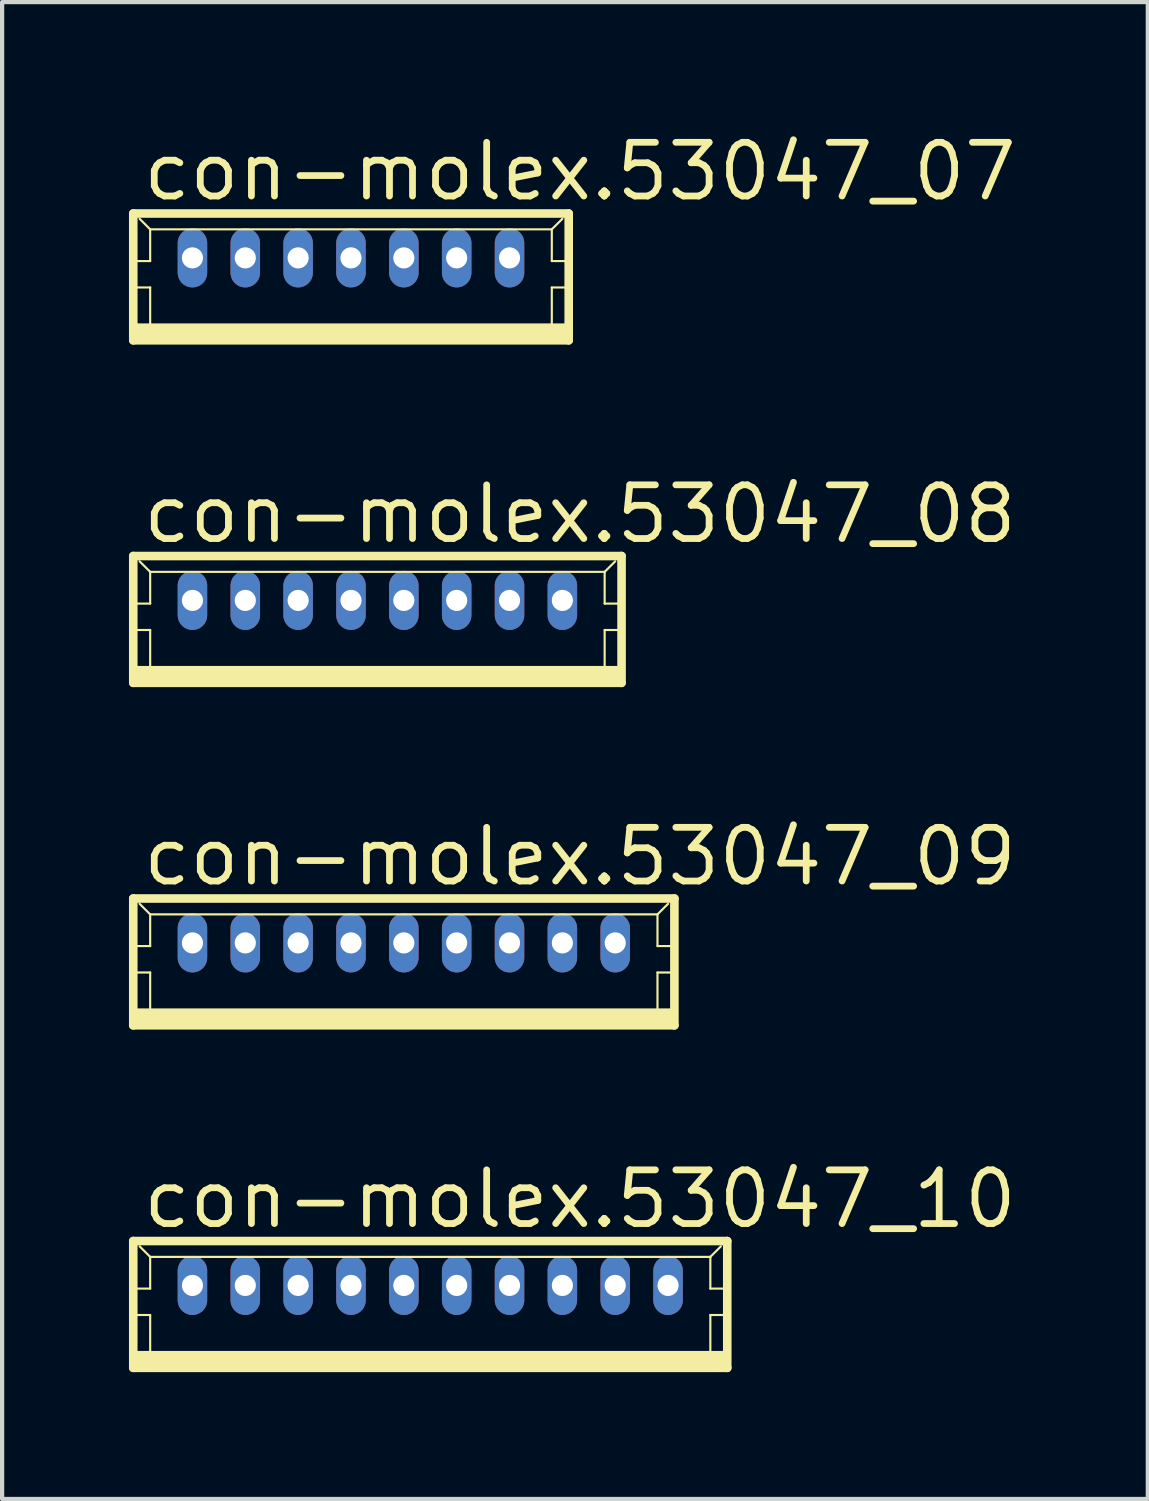
<source format=kicad_pcb>
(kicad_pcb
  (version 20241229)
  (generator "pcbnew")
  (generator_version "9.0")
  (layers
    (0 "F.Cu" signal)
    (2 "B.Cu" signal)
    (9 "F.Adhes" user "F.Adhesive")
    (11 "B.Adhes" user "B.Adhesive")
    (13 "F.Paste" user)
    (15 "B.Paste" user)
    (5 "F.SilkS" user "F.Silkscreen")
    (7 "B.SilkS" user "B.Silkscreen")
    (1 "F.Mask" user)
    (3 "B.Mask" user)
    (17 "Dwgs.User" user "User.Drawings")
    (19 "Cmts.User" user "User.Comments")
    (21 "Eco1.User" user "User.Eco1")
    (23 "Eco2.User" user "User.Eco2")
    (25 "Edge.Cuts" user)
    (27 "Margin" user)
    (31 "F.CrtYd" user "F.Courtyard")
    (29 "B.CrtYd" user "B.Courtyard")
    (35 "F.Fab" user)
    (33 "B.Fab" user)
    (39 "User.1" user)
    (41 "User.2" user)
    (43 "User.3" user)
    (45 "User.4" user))
  (footprint "con-molex.53047_10"
    (layer "F.Cu")
    (at 7.127 27.805)
    (property "Reference" "con-molex.53047_10" (at -6.875 -1.75 0) (layer "F.SilkS") (effects (font (size 1.27 1.27) (thickness 0.16)) (justify left bottom)))
    (attr through_hole)
    (fp_line (start -7.025 -1.5) (end -7.025 1.5) (stroke (width 0.203) (type default)) (layer "F.SilkS"))
    (fp_line (start -7.025 1.5) (end 7.025 1.5) (stroke (width 0.203) (type default)) (layer "F.SilkS"))
    (fp_line (start -7 -0.375) (end -6.625 -0.375) (stroke (width 0.051) (type default)) (layer "F.SilkS"))
    (fp_line (start -7 0.25) (end -6.625 0.25) (stroke (width 0.051) (type default)) (layer "F.SilkS"))
    (fp_line (start -6.625 -1.125) (end -6.875 -1.375) (stroke (width 0.051) (type default)) (layer "F.SilkS"))
    (fp_line (start -6.625 -1.125) (end 6.625 -1.125) (stroke (width 0.051) (type default)) (layer "F.SilkS"))
    (fp_line (start -6.625 -0.375) (end -6.625 -1.125) (stroke (width 0.051) (type default)) (layer "F.SilkS"))
    (fp_line (start -6.625 0.25) (end -6.625 1.25) (stroke (width 0.051) (type default)) (layer "F.SilkS"))
    (fp_line (start 6.625 -1.125) (end 6.625 -0.375) (stroke (width 0.051) (type default)) (layer "F.SilkS"))
    (fp_line (start 6.625 -1.125) (end 6.875 -1.375) (stroke (width 0.051) (type default)) (layer "F.SilkS"))
    (fp_line (start 6.625 -0.375) (end 7 -0.375) (stroke (width 0.051) (type default)) (layer "F.SilkS"))
    (fp_line (start 6.625 0.25) (end 6.625 1.25) (stroke (width 0.051) (type default)) (layer "F.SilkS"))
    (fp_line (start 6.625 0.25) (end 7 0.25) (stroke (width 0.051) (type default)) (layer "F.SilkS"))
    (fp_line (start 7.025 -1.5) (end -7.025 -1.5) (stroke (width 0.203) (type default)) (layer "F.SilkS"))
    (fp_line (start 7.025 1.5) (end 7.025 -1.5) (stroke (width 0.203) (type default)) (layer "F.SilkS"))
    (fp_rect (start -7 1.5) (end 7 1.125) (stroke (width 0.05) (type default)) (fill yes) (layer "F.SilkS"))
    (pad "1" thru_hole oval (at 5.625 -0.45 90) (size 1.397 0.698) (drill 0.5) (layers "*.Cu" "*.Mask"))
    (pad "2" thru_hole oval (at 4.375 -0.45 90) (size 1.397 0.698) (drill 0.5) (layers "*.Cu" "*.Mask"))
    (pad "3" thru_hole oval (at 3.125 -0.45 90) (size 1.397 0.698) (drill 0.5) (layers "*.Cu" "*.Mask"))
    (pad "4" thru_hole oval (at 1.875 -0.45 90) (size 1.397 0.698) (drill 0.5) (layers "*.Cu" "*.Mask"))
    (pad "5" thru_hole oval (at 0.625 -0.45 90) (size 1.397 0.698) (drill 0.5) (layers "*.Cu" "*.Mask"))
    (pad "6" thru_hole oval (at -0.625 -0.45 90) (size 1.397 0.698) (drill 0.5) (layers "*.Cu" "*.Mask"))
    (pad "7" thru_hole oval (at -1.875 -0.45 90) (size 1.397 0.698) (drill 0.5) (layers "*.Cu" "*.Mask"))
    (pad "8" thru_hole oval (at -3.125 -0.45 90) (size 1.397 0.698) (drill 0.5) (layers "*.Cu" "*.Mask"))
    (pad "9" thru_hole oval (at -4.375 -0.45 90) (size 1.397 0.698) (drill 0.5) (layers "*.Cu" "*.Mask"))
    (pad "10" thru_hole oval (at -5.625 -0.45 90) (size 1.397 0.698) (drill 0.5) (layers "*.Cu" "*.Mask")))
  (footprint "con-molex.53047_07"
    (layer "F.Cu")
    (at 5.252 3.5)
    (property "Reference" "con-molex.53047_07" (at -5 -1.75 0) (layer "F.SilkS") (effects (font (size 1.27 1.27) (thickness 0.16)) (justify left bottom)))
    (attr through_hole)
    (fp_line (start -5.15 -1.5) (end -5.15 1.5) (stroke (width 0.203) (type default)) (layer "F.SilkS"))
    (fp_line (start -5.15 1.5) (end 5.15 1.5) (stroke (width 0.203) (type default)) (layer "F.SilkS"))
    (fp_line (start -5.125 -0.375) (end -4.75 -0.375) (stroke (width 0.051) (type default)) (layer "F.SilkS"))
    (fp_line (start -5.125 0.25) (end -4.75 0.25) (stroke (width 0.051) (type default)) (layer "F.SilkS"))
    (fp_line (start -4.75 -1.125) (end -5 -1.375) (stroke (width 0.051) (type default)) (layer "F.SilkS"))
    (fp_line (start -4.75 -1.125) (end 4.75 -1.125) (stroke (width 0.051) (type default)) (layer "F.SilkS"))
    (fp_line (start -4.75 -0.375) (end -4.75 -1.125) (stroke (width 0.051) (type default)) (layer "F.SilkS"))
    (fp_line (start -4.75 0.25) (end -4.75 1.25) (stroke (width 0.051) (type default)) (layer "F.SilkS"))
    (fp_line (start 4.75 -1.125) (end 4.75 -0.375) (stroke (width 0.051) (type default)) (layer "F.SilkS"))
    (fp_line (start 4.75 -1.125) (end 5 -1.375) (stroke (width 0.051) (type default)) (layer "F.SilkS"))
    (fp_line (start 4.75 -0.375) (end 5.125 -0.375) (stroke (width 0.051) (type default)) (layer "F.SilkS"))
    (fp_line (start 4.75 0.25) (end 4.75 1.25) (stroke (width 0.051) (type default)) (layer "F.SilkS"))
    (fp_line (start 4.75 0.25) (end 5.125 0.25) (stroke (width 0.051) (type default)) (layer "F.SilkS"))
    (fp_line (start 5.15 -1.5) (end -5.15 -1.5) (stroke (width 0.203) (type default)) (layer "F.SilkS"))
    (fp_line (start 5.15 1.5) (end 5.15 -1.5) (stroke (width 0.203) (type default)) (layer "F.SilkS"))
    (fp_rect (start -5.125 1.5) (end 5.125 1.125) (stroke (width 0.05) (type default)) (fill yes) (layer "F.SilkS"))
    (pad "1" thru_hole oval (at 3.75 -0.45 90) (size 1.397 0.698) (drill 0.5) (layers "*.Cu" "*.Mask"))
    (pad "2" thru_hole oval (at 2.5 -0.45 90) (size 1.397 0.698) (drill 0.5) (layers "*.Cu" "*.Mask"))
    (pad "3" thru_hole oval (at 1.25 -0.45 90) (size 1.397 0.698) (drill 0.5) (layers "*.Cu" "*.Mask"))
    (pad "4" thru_hole oval (at 0 -0.45 90) (size 1.397 0.698) (drill 0.5) (layers "*.Cu" "*.Mask"))
    (pad "5" thru_hole oval (at -1.25 -0.45 90) (size 1.397 0.698) (drill 0.5) (layers "*.Cu" "*.Mask"))
    (pad "6" thru_hole oval (at -2.5 -0.45 90) (size 1.397 0.698) (drill 0.5) (layers "*.Cu" "*.Mask"))
    (pad "7" thru_hole oval (at -3.75 -0.45 90) (size 1.397 0.698) (drill 0.5) (layers "*.Cu" "*.Mask")))
  (footprint "con-molex.53047_09"
    (layer "F.Cu")
    (at 6.502 19.703)
    (property "Reference" "con-molex.53047_09" (at -6.25 -1.75 0) (layer "F.SilkS") (effects (font (size 1.27 1.27) (thickness 0.16)) (justify left bottom)))
    (attr through_hole)
    (fp_line (start -6.4 -1.5) (end -6.4 1.5) (stroke (width 0.203) (type default)) (layer "F.SilkS"))
    (fp_line (start -6.4 1.5) (end 6.4 1.5) (stroke (width 0.203) (type default)) (layer "F.SilkS"))
    (fp_line (start -6.375 -0.375) (end -6 -0.375) (stroke (width 0.051) (type default)) (layer "F.SilkS"))
    (fp_line (start -6.375 0.25) (end -6 0.25) (stroke (width 0.051) (type default)) (layer "F.SilkS"))
    (fp_line (start -6 -1.125) (end -6.25 -1.375) (stroke (width 0.051) (type default)) (layer "F.SilkS"))
    (fp_line (start -6 -1.125) (end 6 -1.125) (stroke (width 0.051) (type default)) (layer "F.SilkS"))
    (fp_line (start -6 -0.375) (end -6 -1.125) (stroke (width 0.051) (type default)) (layer "F.SilkS"))
    (fp_line (start -6 0.25) (end -6 1.25) (stroke (width 0.051) (type default)) (layer "F.SilkS"))
    (fp_line (start 6 -1.125) (end 6 -0.375) (stroke (width 0.051) (type default)) (layer "F.SilkS"))
    (fp_line (start 6 -1.125) (end 6.25 -1.375) (stroke (width 0.051) (type default)) (layer "F.SilkS"))
    (fp_line (start 6 -0.375) (end 6.375 -0.375) (stroke (width 0.051) (type default)) (layer "F.SilkS"))
    (fp_line (start 6 0.25) (end 6 1.25) (stroke (width 0.051) (type default)) (layer "F.SilkS"))
    (fp_line (start 6 0.25) (end 6.375 0.25) (stroke (width 0.051) (type default)) (layer "F.SilkS"))
    (fp_line (start 6.4 -1.5) (end -6.4 -1.5) (stroke (width 0.203) (type default)) (layer "F.SilkS"))
    (fp_line (start 6.4 1.5) (end 6.4 -1.5) (stroke (width 0.203) (type default)) (layer "F.SilkS"))
    (fp_rect (start -6.375 1.5) (end 6.375 1.125) (stroke (width 0.05) (type default)) (fill yes) (layer "F.SilkS"))
    (pad "1" thru_hole oval (at 5 -0.45 90) (size 1.397 0.698) (drill 0.5) (layers "*.Cu" "*.Mask"))
    (pad "2" thru_hole oval (at 3.75 -0.45 90) (size 1.397 0.698) (drill 0.5) (layers "*.Cu" "*.Mask"))
    (pad "3" thru_hole oval (at 2.5 -0.45 90) (size 1.397 0.698) (drill 0.5) (layers "*.Cu" "*.Mask"))
    (pad "4" thru_hole oval (at 1.25 -0.45 90) (size 1.397 0.698) (drill 0.5) (layers "*.Cu" "*.Mask"))
    (pad "5" thru_hole oval (at 0 -0.45 90) (size 1.397 0.698) (drill 0.5) (layers "*.Cu" "*.Mask"))
    (pad "6" thru_hole oval (at -1.25 -0.45 90) (size 1.397 0.698) (drill 0.5) (layers "*.Cu" "*.Mask"))
    (pad "7" thru_hole oval (at -2.5 -0.45 90) (size 1.397 0.698) (drill 0.5) (layers "*.Cu" "*.Mask"))
    (pad "8" thru_hole oval (at -3.75 -0.45 90) (size 1.397 0.698) (drill 0.5) (layers "*.Cu" "*.Mask"))
    (pad "9" thru_hole oval (at -5 -0.45 90) (size 1.397 0.698) (drill 0.5) (layers "*.Cu" "*.Mask")))
  (footprint "con-molex.53047_08"
    (layer "F.Cu")
    (at 5.877 11.602)
    (property "Reference" "con-molex.53047_08" (at -5.625 -1.75 0) (layer "F.SilkS") (effects (font (size 1.27 1.27) (thickness 0.16)) (justify left bottom)))
    (attr through_hole)
    (fp_line (start -5.775 -1.5) (end -5.775 1.5) (stroke (width 0.203) (type default)) (layer "F.SilkS"))
    (fp_line (start -5.775 1.5) (end 5.775 1.5) (stroke (width 0.203) (type default)) (layer "F.SilkS"))
    (fp_line (start -5.75 -0.375) (end -5.375 -0.375) (stroke (width 0.051) (type default)) (layer "F.SilkS"))
    (fp_line (start -5.75 0.25) (end -5.375 0.25) (stroke (width 0.051) (type default)) (layer "F.SilkS"))
    (fp_line (start -5.375 -1.125) (end -5.625 -1.375) (stroke (width 0.051) (type default)) (layer "F.SilkS"))
    (fp_line (start -5.375 -1.125) (end 5.375 -1.125) (stroke (width 0.051) (type default)) (layer "F.SilkS"))
    (fp_line (start -5.375 -0.375) (end -5.375 -1.125) (stroke (width 0.051) (type default)) (layer "F.SilkS"))
    (fp_line (start -5.375 0.25) (end -5.375 1.25) (stroke (width 0.051) (type default)) (layer "F.SilkS"))
    (fp_line (start 5.375 -1.125) (end 5.375 -0.375) (stroke (width 0.051) (type default)) (layer "F.SilkS"))
    (fp_line (start 5.375 -1.125) (end 5.625 -1.375) (stroke (width 0.051) (type default)) (layer "F.SilkS"))
    (fp_line (start 5.375 -0.375) (end 5.75 -0.375) (stroke (width 0.051) (type default)) (layer "F.SilkS"))
    (fp_line (start 5.375 0.25) (end 5.375 1.25) (stroke (width 0.051) (type default)) (layer "F.SilkS"))
    (fp_line (start 5.375 0.25) (end 5.75 0.25) (stroke (width 0.051) (type default)) (layer "F.SilkS"))
    (fp_line (start 5.775 -1.5) (end -5.775 -1.5) (stroke (width 0.203) (type default)) (layer "F.SilkS"))
    (fp_line (start 5.775 1.5) (end 5.775 -1.5) (stroke (width 0.203) (type default)) (layer "F.SilkS"))
    (fp_rect (start -5.75 1.5) (end 5.75 1.125) (stroke (width 0.05) (type default)) (fill yes) (layer "F.SilkS"))
    (pad "1" thru_hole oval (at 4.375 -0.45 90) (size 1.397 0.698) (drill 0.5) (layers "*.Cu" "*.Mask"))
    (pad "2" thru_hole oval (at 3.125 -0.45 90) (size 1.397 0.698) (drill 0.5) (layers "*.Cu" "*.Mask"))
    (pad "3" thru_hole oval (at 1.875 -0.45 90) (size 1.397 0.698) (drill 0.5) (layers "*.Cu" "*.Mask"))
    (pad "4" thru_hole oval (at 0.625 -0.45 90) (size 1.397 0.698) (drill 0.5) (layers "*.Cu" "*.Mask"))
    (pad "5" thru_hole oval (at -0.625 -0.45 90) (size 1.397 0.698) (drill 0.5) (layers "*.Cu" "*.Mask"))
    (pad "6" thru_hole oval (at -1.875 -0.45 90) (size 1.397 0.698) (drill 0.5) (layers "*.Cu" "*.Mask"))
    (pad "7" thru_hole oval (at -3.125 -0.45 90) (size 1.397 0.698) (drill 0.5) (layers "*.Cu" "*.Mask"))
    (pad "8" thru_hole oval (at -4.375 -0.45 90) (size 1.397 0.698) (drill 0.5) (layers "*.Cu" "*.Mask")))
  (gr_rect
    (start -3 -3)
    (end 24.1 32.406)
    (stroke (width 0.1) (type default))
    (fill no)
    (layer "Edge.Cuts")))
</source>
